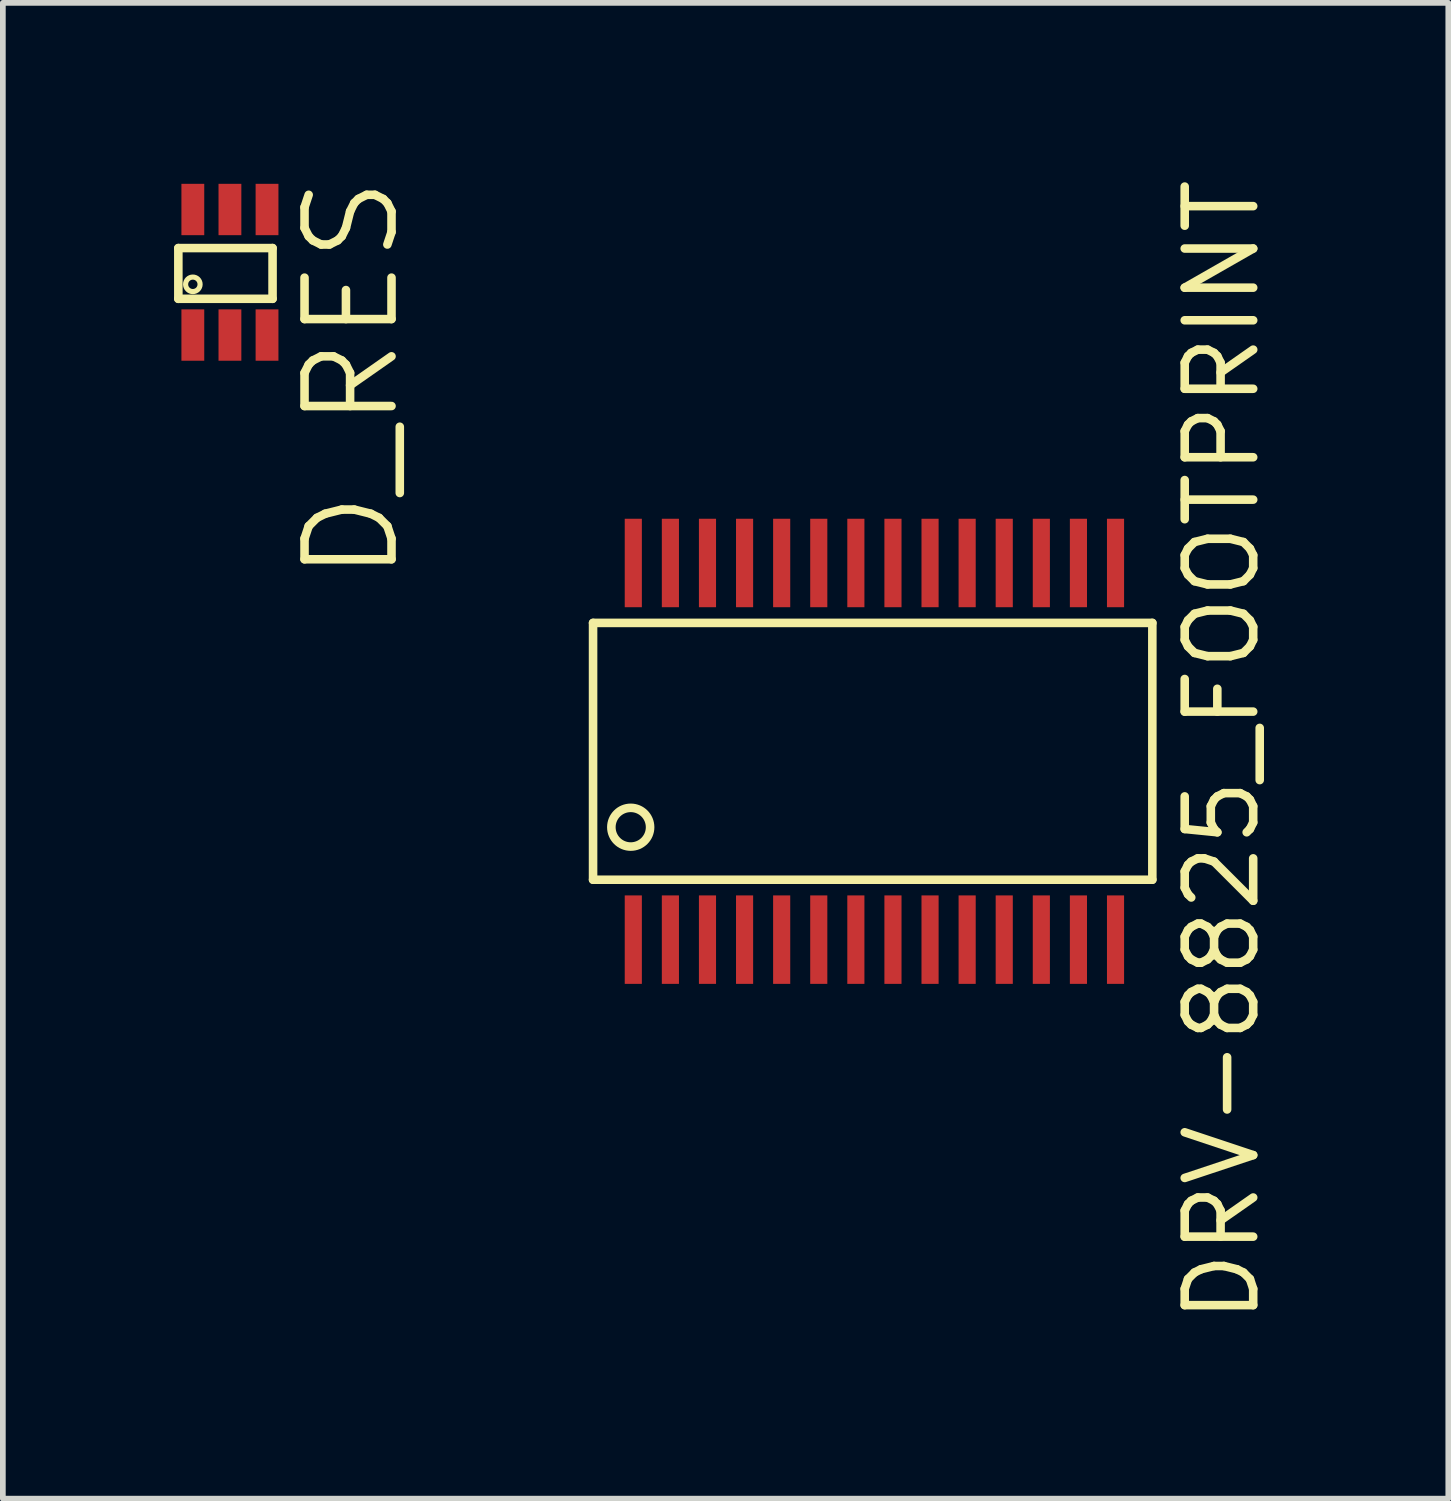
<source format=kicad_pcb>
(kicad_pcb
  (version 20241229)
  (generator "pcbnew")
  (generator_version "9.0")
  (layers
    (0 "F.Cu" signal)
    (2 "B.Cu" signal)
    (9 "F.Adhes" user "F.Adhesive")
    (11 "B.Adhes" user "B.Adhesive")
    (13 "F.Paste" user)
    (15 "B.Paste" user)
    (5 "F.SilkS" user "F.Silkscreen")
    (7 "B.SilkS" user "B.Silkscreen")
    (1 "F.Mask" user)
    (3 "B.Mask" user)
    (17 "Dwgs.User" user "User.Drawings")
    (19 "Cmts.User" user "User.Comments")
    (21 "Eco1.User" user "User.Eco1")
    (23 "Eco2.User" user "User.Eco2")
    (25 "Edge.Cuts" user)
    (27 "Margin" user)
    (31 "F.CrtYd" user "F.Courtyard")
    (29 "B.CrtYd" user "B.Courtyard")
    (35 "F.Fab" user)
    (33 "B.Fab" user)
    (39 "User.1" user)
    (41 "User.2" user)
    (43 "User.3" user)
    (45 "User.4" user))
  (footprint "DRV-8825_FOOTPRINT"
    (layer "F.Cu")
    (at 11.762 10.105)
    (property "Reference" "DRV-8825_FOOTPRINT" (at 6.6 0 90) (layer "F.SilkS") (effects (font (size 1.2 1.2) (thickness 0.15))))
    (attr through_hole)
    (fp_line (start -4.42 -2.24) (end -4.42 2.26) (stroke (width 0.15) (type solid)) (layer "F.SilkS"))
    (fp_line (start -4.42 2.26) (end 5.38 2.26) (stroke (width 0.15) (type solid)) (layer "F.SilkS"))
    (fp_line (start 5.38 -2.24) (end -4.42 -2.24) (stroke (width 0.15) (type solid)) (layer "F.SilkS"))
    (fp_line (start 5.38 2.26) (end 5.38 -2.24) (stroke (width 0.15) (type solid)) (layer "F.SilkS"))
    (fp_circle (center -3.76 1.34) (end -3.52 1.1) (stroke (width 0.15) (type solid)) (fill no) (layer "F.SilkS"))
    (pad "1" smd rect (at -3.715 3.31) (size 0.3 1.55) (layers "F.Cu" "F.Mask" "F.Paste"))
    (pad "2" smd rect (at -3.065 3.31) (size 0.3 1.55) (layers "F.Cu" "F.Mask" "F.Paste"))
    (pad "3" smd rect (at -2.415 3.31) (size 0.3 1.55) (layers "F.Cu" "F.Mask" "F.Paste"))
    (pad "4" smd rect (at -1.765 3.31) (size 0.3 1.55) (layers "F.Cu" "F.Mask" "F.Paste"))
    (pad "5" smd rect (at -1.115 3.31) (size 0.3 1.55) (layers "F.Cu" "F.Mask" "F.Paste"))
    (pad "6" smd rect (at -0.465 3.31) (size 0.3 1.55) (layers "F.Cu" "F.Mask" "F.Paste"))
    (pad "7" smd rect (at 0.185 3.31) (size 0.3 1.55) (layers "F.Cu" "F.Mask" "F.Paste"))
    (pad "8" smd rect (at 0.835 3.31) (size 0.3 1.55) (layers "F.Cu" "F.Mask" "F.Paste"))
    (pad "9" smd rect (at 1.485 3.31) (size 0.3 1.55) (layers "F.Cu" "F.Mask" "F.Paste"))
    (pad "10" smd rect (at 2.135 3.31) (size 0.3 1.55) (layers "F.Cu" "F.Mask" "F.Paste"))
    (pad "11" smd rect (at 2.785 3.31) (size 0.3 1.55) (layers "F.Cu" "F.Mask" "F.Paste"))
    (pad "12" smd rect (at 3.435 3.31) (size 0.3 1.55) (layers "F.Cu" "F.Mask" "F.Paste"))
    (pad "13" smd rect (at 4.085 3.31) (size 0.3 1.55) (layers "F.Cu" "F.Mask" "F.Paste"))
    (pad "14" smd rect (at 4.735 3.31) (size 0.3 1.55) (layers "F.Cu" "F.Mask" "F.Paste"))
    (pad "15" smd rect (at 4.735 -3.29) (size 0.3 1.55) (layers "F.Cu" "F.Mask" "F.Paste"))
    (pad "16" smd rect (at 4.085 -3.29) (size 0.3 1.55) (layers "F.Cu" "F.Mask" "F.Paste"))
    (pad "17" smd rect (at 3.435 -3.29) (size 0.3 1.55) (layers "F.Cu" "F.Mask" "F.Paste"))
    (pad "18" smd rect (at 2.785 -3.29) (size 0.3 1.55) (layers "F.Cu" "F.Mask" "F.Paste"))
    (pad "19" smd rect (at 2.135 -3.29) (size 0.3 1.55) (layers "F.Cu" "F.Mask" "F.Paste"))
    (pad "20" smd rect (at 1.485 -3.29) (size 0.3 1.55) (layers "F.Cu" "F.Mask" "F.Paste"))
    (pad "21" smd rect (at 0.835 -3.29) (size 0.3 1.55) (layers "F.Cu" "F.Mask" "F.Paste"))
    (pad "22" smd rect (at 0.185 -3.29) (size 0.3 1.55) (layers "F.Cu" "F.Mask" "F.Paste"))
    (pad "23" smd rect (at -0.465 -3.29) (size 0.3 1.55) (layers "F.Cu" "F.Mask" "F.Paste"))
    (pad "24" smd rect (at -1.115 -3.29) (size 0.3 1.55) (layers "F.Cu" "F.Mask" "F.Paste"))
    (pad "25" smd rect (at -1.765 -3.29) (size 0.3 1.55) (layers "F.Cu" "F.Mask" "F.Paste"))
    (pad "26" smd rect (at -2.415 -3.29) (size 0.3 1.55) (layers "F.Cu" "F.Mask" "F.Paste"))
    (pad "27" smd rect (at -3.065 -3.29) (size 0.3 1.55) (layers "F.Cu" "F.Mask" "F.Paste"))
    (pad "28" smd rect (at -3.715 -3.29) (size 0.3 1.55) (layers "F.Cu" "F.Mask" "F.Paste")))
  (footprint "D_RES"
    (layer "F.Cu")
    (at 0.329 2.821)
    (property "Reference" "D_RES" (at 2.784 0.772 90) (layer "F.SilkS") (effects (font (size 1.524 1.524) (thickness 0.15))))
    (attr through_hole)
    (fp_line (start -0.254 -1.524) (end 1.397 -1.524) (stroke (width 0.15) (type solid)) (layer "F.SilkS"))
    (fp_line (start -0.254 -0.635) (end -0.254 -1.524) (stroke (width 0.15) (type solid)) (layer "F.SilkS"))
    (fp_line (start 1.397 -1.524) (end 1.397 -0.635) (stroke (width 0.15) (type solid)) (layer "F.SilkS"))
    (fp_line (start 1.397 -0.635) (end -0.254 -0.635) (stroke (width 0.15) (type solid)) (layer "F.SilkS"))
    (fp_circle (center 0 -0.889) (end 0.127 -0.889) (stroke (width 0.09) (type solid)) (fill no) (layer "F.SilkS"))
    (pad "1" smd rect (at 0 0) (size 0.4 0.9) (layers "F.Cu" "F.Mask" "F.Paste"))
    (pad "2" smd rect (at 0.65 0) (size 0.4 0.9) (layers "F.Cu" "F.Mask" "F.Paste"))
    (pad "3" smd rect (at 1.3 0) (size 0.4 0.9) (layers "F.Cu" "F.Mask" "F.Paste"))
    (pad "4" smd rect (at 1.3 -2.2) (size 0.4 0.9) (layers "F.Cu" "F.Mask" "F.Paste"))
    (pad "5" smd rect (at 0.65 -2.2) (size 0.4 0.9) (layers "F.Cu" "F.Mask" "F.Paste"))
    (pad "6" smd rect (at 0 -2.2) (size 0.4 0.9) (layers "F.Cu" "F.Mask" "F.Paste")))
  (gr_rect
    (start -3 -3)
    (end 22.328 23.21)
    (stroke (width 0.1) (type default))
    (fill no)
    (layer "Edge.Cuts")))
</source>
